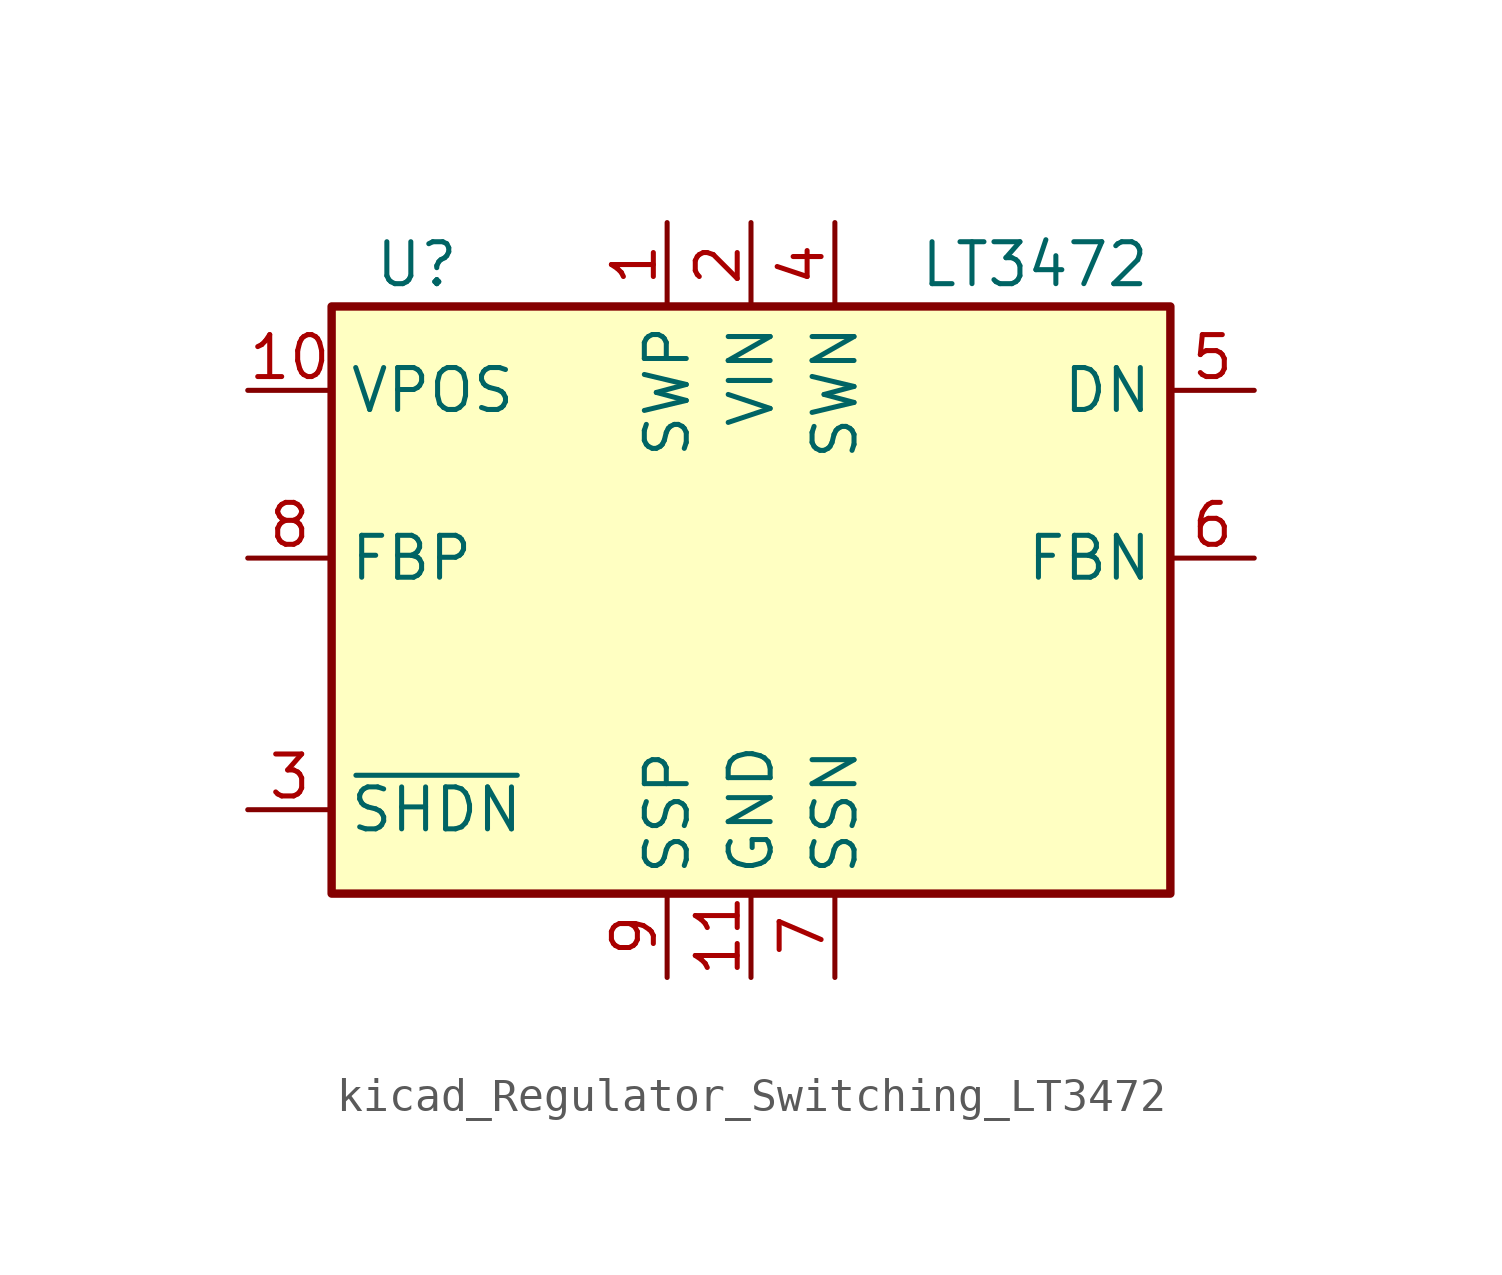
<source format=kicad_sym>
(kicad_symbol_lib
  (version 20220914)
  (generator kicad_symbol_editor)
  (symbol "kicad_Regulator_Switching_LT3472"
    (property "Reference" "U"
      (at -11.43 8.89 0)
      (effects (font (size 1.27 1.27)) (justify left)))
    (property "Value" "LT3472"
      (at 5.08 8.89 0)
      (effects (font (size 1.27 1.27)) (justify left)))
    (symbol "kicad_Regulator_Switching_LT3472_0_1"
      (rectangle (start -12.7 7.62) (end 12.7 -10.16) (stroke (width 0.254) (type default)) (fill (type background))))
    (symbol "kicad_Regulator_Switching_LT3472_1_1"
      (pin power_in line (at -2.54 10.16 270) (length 2.54) (name "SWP" (effects (font (size 1.27 1.27)))) (number "1" (effects (font (size 1.27 1.27)))))
      (pin output line (at -15.24 5.08 0) (length 2.54) (name "VPOS" (effects (font (size 1.27 1.27)))) (number "10" (effects (font (size 1.27 1.27)))))
      (pin power_in line (at 0 -12.7 90) (length 2.54) (name "GND" (effects (font (size 1.27 1.27)))) (number "11" (effects (font (size 1.27 1.27)))))
      (pin power_in line (at 0 10.16 270) (length 2.54) (name "VIN" (effects (font (size 1.27 1.27)))) (number "2" (effects (font (size 1.27 1.27)))))
      (pin input line (at -15.24 -7.62 0) (length 2.54) (name "~{SHDN}" (effects (font (size 1.27 1.27)))) (number "3" (effects (font (size 1.27 1.27)))))
      (pin power_in line (at 2.54 10.16 270) (length 2.54) (name "SWN" (effects (font (size 1.27 1.27)))) (number "4" (effects (font (size 1.27 1.27)))))
      (pin input line (at 15.24 5.08 180) (length 2.54) (name "DN" (effects (font (size 1.27 1.27)))) (number "5" (effects (font (size 1.27 1.27)))))
      (pin input line (at 15.24 0 180) (length 2.54) (name "FBN" (effects (font (size 1.27 1.27)))) (number "6" (effects (font (size 1.27 1.27)))))
      (pin power_in line (at 2.54 -12.7 90) (length 2.54) (name "SSN" (effects (font (size 1.27 1.27)))) (number "7" (effects (font (size 1.27 1.27)))))
      (pin input line (at -15.24 0 0) (length 2.54) (name "FBP" (effects (font (size 1.27 1.27)))) (number "8" (effects (font (size 1.27 1.27)))))
      (pin power_in line (at -2.54 -12.7 90) (length 2.54) (name "SSP" (effects (font (size 1.27 1.27)))) (number "9" (effects (font (size 1.27 1.27))))))))
</source>
